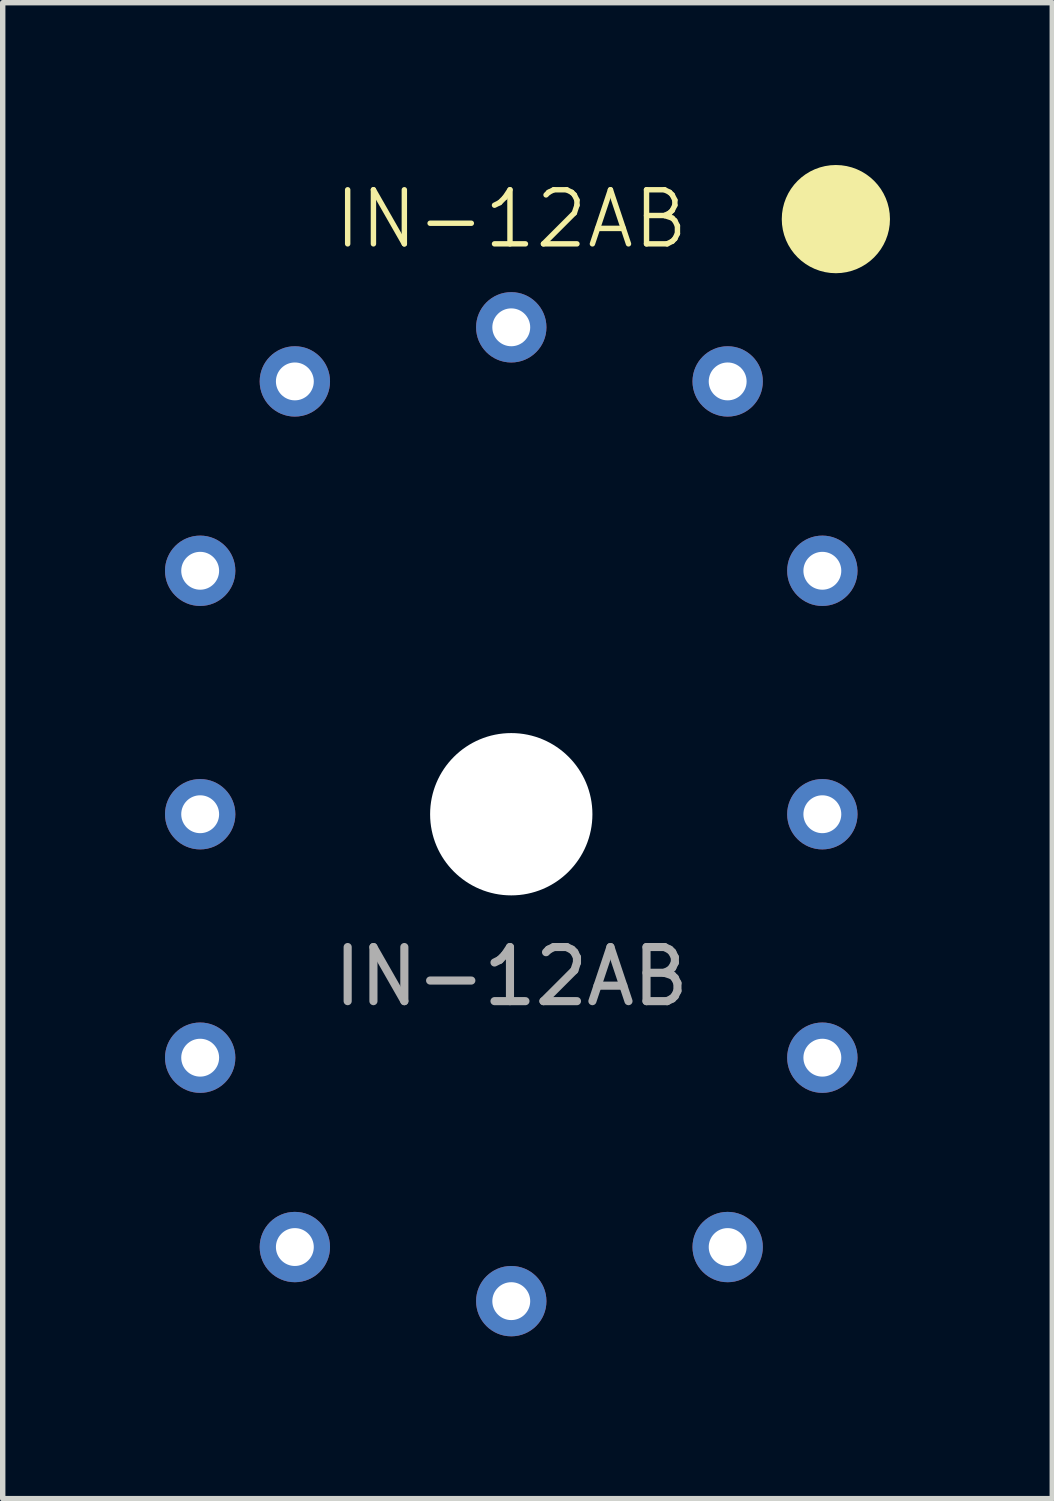
<source format=kicad_pcb>
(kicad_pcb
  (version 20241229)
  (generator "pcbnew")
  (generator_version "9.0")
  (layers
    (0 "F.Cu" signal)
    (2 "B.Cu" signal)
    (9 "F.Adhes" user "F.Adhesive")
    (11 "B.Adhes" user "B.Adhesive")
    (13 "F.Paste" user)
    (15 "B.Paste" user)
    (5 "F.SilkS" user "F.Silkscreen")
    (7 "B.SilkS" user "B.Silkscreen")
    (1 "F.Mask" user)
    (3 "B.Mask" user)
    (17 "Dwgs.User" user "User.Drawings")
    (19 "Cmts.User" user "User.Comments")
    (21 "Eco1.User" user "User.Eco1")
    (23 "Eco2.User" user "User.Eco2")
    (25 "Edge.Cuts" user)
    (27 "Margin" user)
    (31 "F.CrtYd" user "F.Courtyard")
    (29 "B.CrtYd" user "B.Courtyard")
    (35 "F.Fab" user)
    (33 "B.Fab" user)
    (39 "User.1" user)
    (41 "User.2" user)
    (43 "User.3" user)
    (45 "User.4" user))
  (footprint "IN-12AB"
    (layer "F.Cu")
    (at 6.4 12)
    (property "Reference" "IN-12AB" (at 0 -11 0) (unlocked yes) (layer "F.SilkS") (effects (font (size 1 1) (thickness 0.1))))
    (attr through_hole)
    (fp_circle (center 6 -11) (end 6.5 -11) (stroke (width 1) (type default)) (fill no) (layer "F.SilkS"))
    (fp_text user "${REFERENCE}" (at 0 3 0) (unlocked yes) (layer "F.Fab") (effects (font (size 1 1) (thickness 0.15))))
    (pad "" np_thru_hole circle (at 0 0) (size 3 3) (drill 3) (layers "*.Cu" "*.Mask"))
    (pad "1" thru_hole circle (at 4 -8) (size 1.3 1.3) (drill 0.7) (layers "*.Cu" "*.Mask"))
    (pad "2" thru_hole circle (at 5.75 -4.5) (size 1.3 1.3) (drill 0.7) (layers "*.Cu" "*.Mask"))
    (pad "3" thru_hole circle (at 5.75 0) (size 1.3 1.3) (drill 0.7) (layers "*.Cu" "*.Mask"))
    (pad "4" thru_hole circle (at 5.75 4.5) (size 1.3 1.3) (drill 0.7) (layers "*.Cu" "*.Mask"))
    (pad "5" thru_hole circle (at 4 8) (size 1.3 1.3) (drill 0.7) (layers "*.Cu" "*.Mask"))
    (pad "6" thru_hole circle (at 0 9) (size 1.3 1.3) (drill 0.7) (layers "*.Cu" "*.Mask"))
    (pad "7" thru_hole circle (at -4 8) (size 1.3 1.3) (drill 0.7) (layers "*.Cu" "*.Mask"))
    (pad "8" thru_hole circle (at -5.75 4.5) (size 1.3 1.3) (drill 0.7) (layers "*.Cu" "*.Mask"))
    (pad "9" thru_hole circle (at -5.75 0) (size 1.3 1.3) (drill 0.7) (layers "*.Cu" "*.Mask"))
    (pad "10" thru_hole circle (at -5.75 -4.5) (size 1.3 1.3) (drill 0.7) (layers "*.Cu" "*.Mask"))
    (pad "11" thru_hole circle (at -4 -8) (size 1.3 1.3) (drill 0.7) (layers "*.Cu" "*.Mask"))
    (pad "12" thru_hole circle (at 0 -9) (size 1.3 1.3) (drill 0.7) (layers "*.Cu" "*.Mask")))
  (gr_rect
    (start -3 -3)
    (end 16.4 24.65)
    (stroke (width 0.1) (type default))
    (fill no)
    (layer "Edge.Cuts")))
</source>
